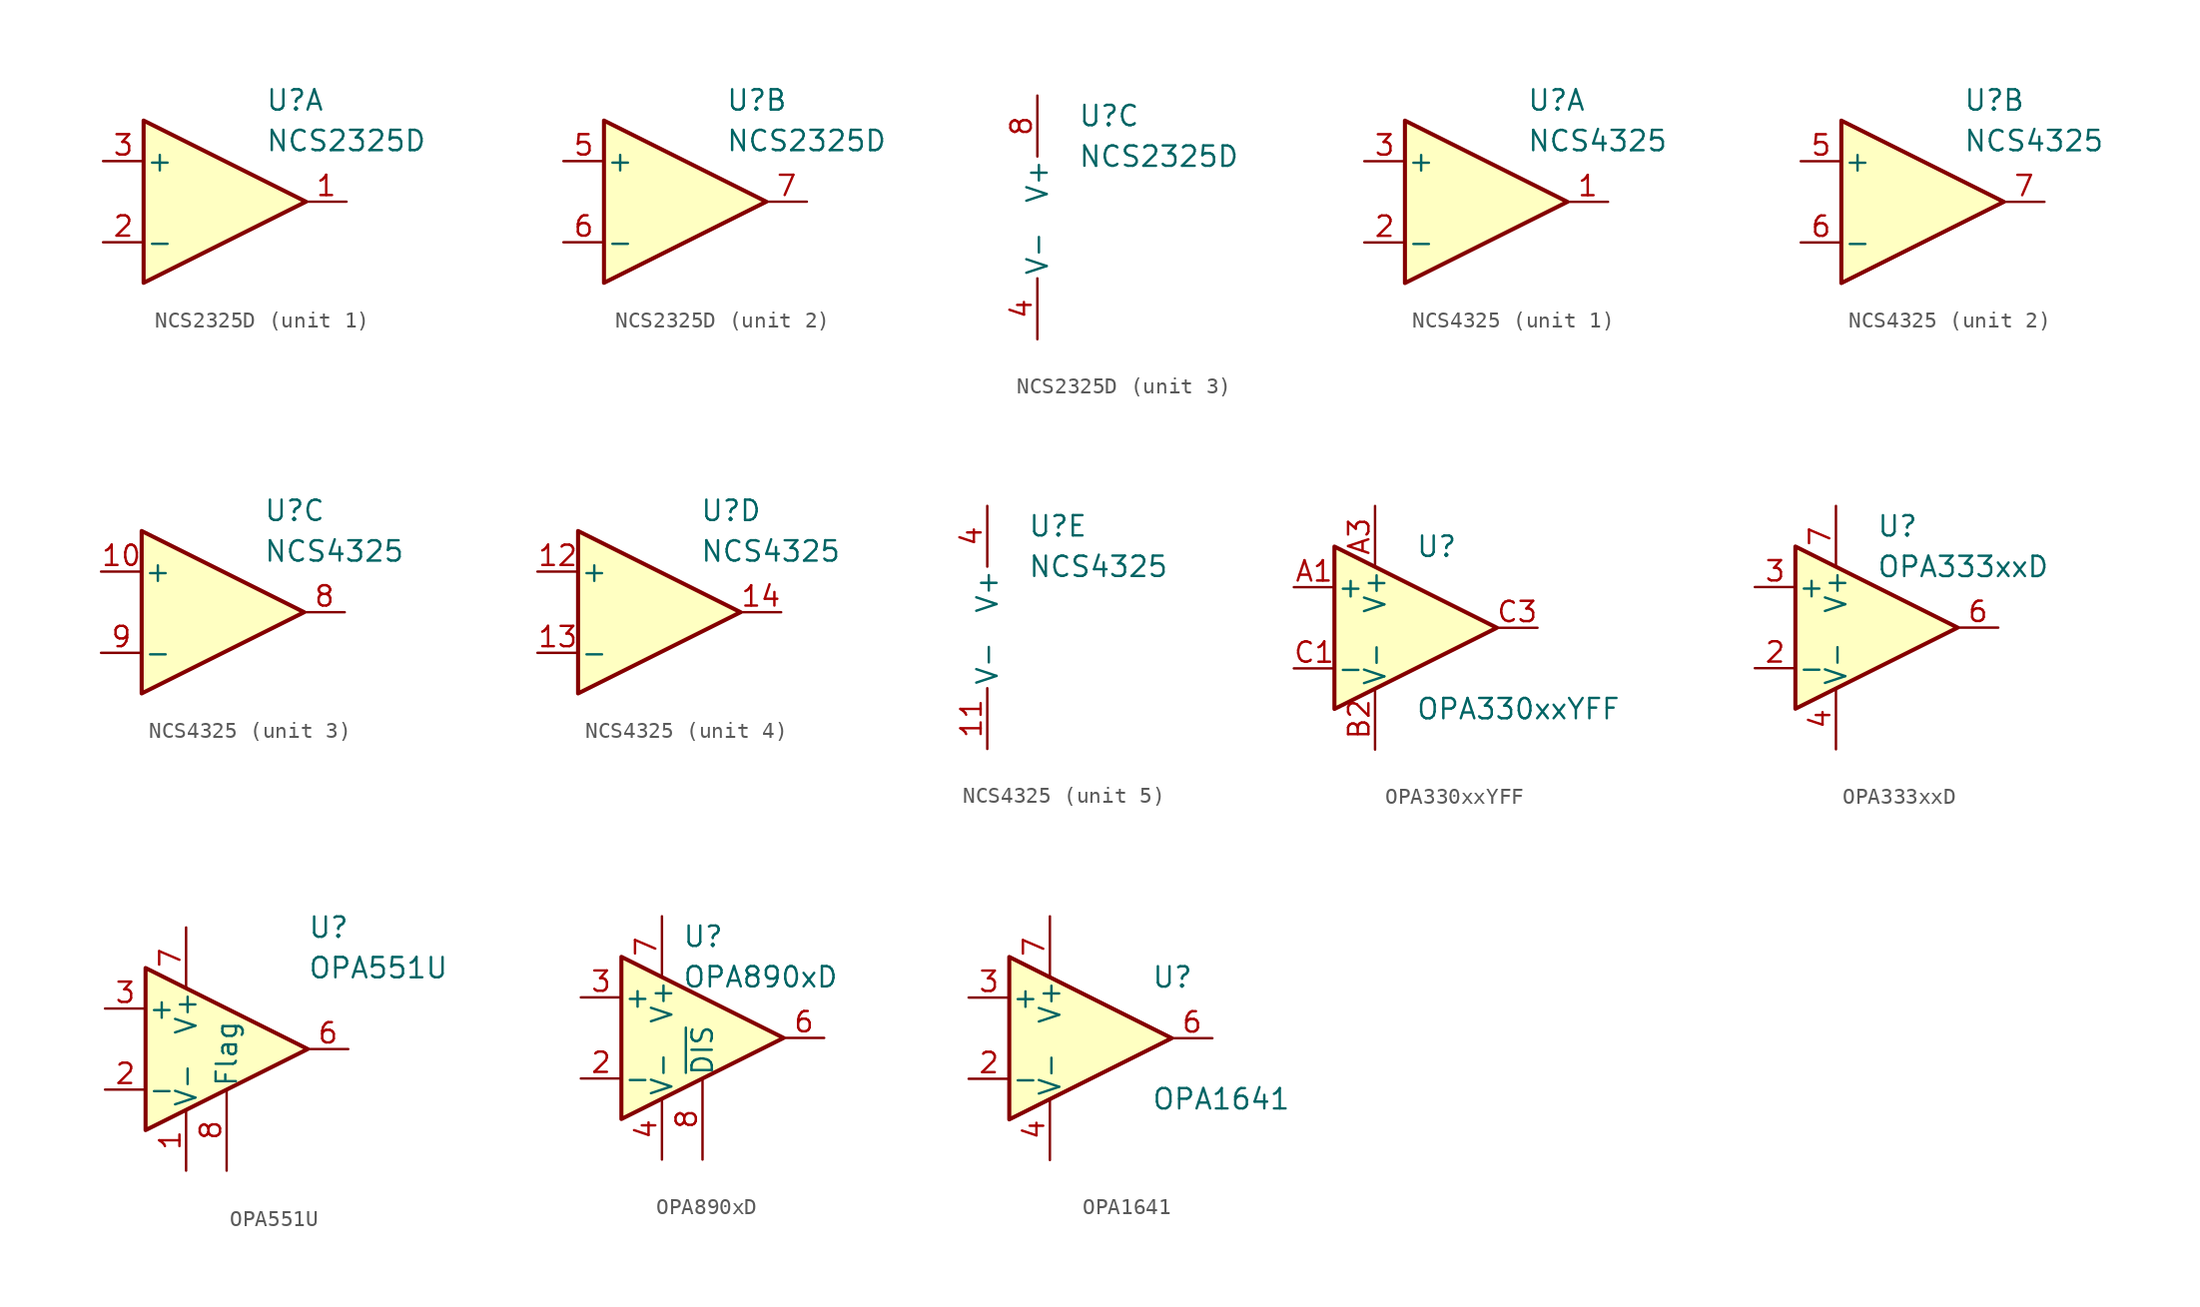
<source format=kicad_sym>
(kicad_symbol_lib
  (version 20201005)
  (generator kicad_symbol_editor)
  (symbol "NCS2325D"
    (pin_names
      (offset 0.127))
    (property "Reference" "U"
      (at 2.54 6.35 0)
      (effects (font (size 1.27 1.27)) (justify left)))
    (property "Value" "NCS2325D"
      (at 2.54 3.81 0)
      (effects (font (size 1.27 1.27)) (justify left)))
    (property "ki_locked" ""
      (at 0 0 0)
      (effects (font (size 1.27 1.27))))
    (symbol "NCS2325D_1_1"
      (polyline (pts (xy 5.08 0) (xy -5.08 5.08) (xy -5.08 -5.08) (xy 5.08 0)) (stroke (width 0.254)) (fill (type background)))
      (pin output line (at 7.62 0 180) (length 2.54) (name "~" (effects (font (size 1.27 1.27)))) (number "1" (effects (font (size 1.27 1.27)))))
      (pin input line (at -7.62 -2.54 0) (length 2.54) (name "-" (effects (font (size 1.27 1.27)))) (number "2" (effects (font (size 1.27 1.27)))))
      (pin input line (at -7.62 2.54 0) (length 2.54) (name "+" (effects (font (size 1.27 1.27)))) (number "3" (effects (font (size 1.27 1.27))))))
    (symbol "NCS2325D_2_1"
      (polyline (pts (xy 5.08 0) (xy -5.08 5.08) (xy -5.08 -5.08) (xy 5.08 0)) (stroke (width 0.254)) (fill (type background)))
      (pin input line (at -7.62 2.54 0) (length 2.54) (name "+" (effects (font (size 1.27 1.27)))) (number "5" (effects (font (size 1.27 1.27)))))
      (pin input line (at -7.62 -2.54 0) (length 2.54) (name "-" (effects (font (size 1.27 1.27)))) (number "6" (effects (font (size 1.27 1.27)))))
      (pin output line (at 7.62 0 180) (length 2.54) (name "~" (effects (font (size 1.27 1.27)))) (number "7" (effects (font (size 1.27 1.27))))))
    (symbol "NCS2325D_3_1"
      (pin power_in line (at 0 -7.62 90) (length 3.81) (name "V-" (effects (font (size 1.27 1.27)))) (number "4" (effects (font (size 1.27 1.27)))))
      (pin power_in line (at 0 7.62 270) (length 3.81) (name "V+" (effects (font (size 1.27 1.27)))) (number "8" (effects (font (size 1.27 1.27)))))))
  (symbol "NCS4325"
    (pin_names
      (offset 0.127))
    (property "Reference" "U"
      (at 2.54 6.35 0)
      (effects (font (size 1.27 1.27)) (justify left)))
    (property "Value" "NCS4325"
      (at 2.54 3.81 0)
      (effects (font (size 1.27 1.27)) (justify left)))
    (property "ki_locked" ""
      (at 0 0 0)
      (effects (font (size 1.27 1.27))))
    (symbol "NCS4325_1_1"
      (polyline (pts (xy 5.08 0) (xy -5.08 5.08) (xy -5.08 -5.08) (xy 5.08 0)) (stroke (width 0.254)) (fill (type background)))
      (pin output line (at 7.62 0 180) (length 2.54) (name "~" (effects (font (size 1.27 1.27)))) (number "1" (effects (font (size 1.27 1.27)))))
      (pin input line (at -7.62 -2.54 0) (length 2.54) (name "-" (effects (font (size 1.27 1.27)))) (number "2" (effects (font (size 1.27 1.27)))))
      (pin input line (at -7.62 2.54 0) (length 2.54) (name "+" (effects (font (size 1.27 1.27)))) (number "3" (effects (font (size 1.27 1.27))))))
    (symbol "NCS4325_2_1"
      (polyline (pts (xy -5.08 5.08) (xy -5.08 -5.08) (xy 5.08 0) (xy -5.08 5.08)) (stroke (width 0.254)) (fill (type background)))
      (pin input line (at -7.62 2.54 0) (length 2.54) (name "+" (effects (font (size 1.27 1.27)))) (number "5" (effects (font (size 1.27 1.27)))))
      (pin input line (at -7.62 -2.54 0) (length 2.54) (name "-" (effects (font (size 1.27 1.27)))) (number "6" (effects (font (size 1.27 1.27)))))
      (pin output line (at 7.62 0 180) (length 2.54) (name "~" (effects (font (size 1.27 1.27)))) (number "7" (effects (font (size 1.27 1.27))))))
    (symbol "NCS4325_3_1"
      (polyline (pts (xy 5.08 0) (xy -5.08 5.08) (xy -5.08 -5.08) (xy 5.08 0)) (stroke (width 0.254)) (fill (type background)))
      (pin input line (at -7.62 2.54 0) (length 2.54) (name "+" (effects (font (size 1.27 1.27)))) (number "10" (effects (font (size 1.27 1.27)))))
      (pin output line (at 7.62 0 180) (length 2.54) (name "~" (effects (font (size 1.27 1.27)))) (number "8" (effects (font (size 1.27 1.27)))))
      (pin input line (at -7.62 -2.54 0) (length 2.54) (name "-" (effects (font (size 1.27 1.27)))) (number "9" (effects (font (size 1.27 1.27))))))
    (symbol "NCS4325_4_1"
      (polyline (pts (xy -5.08 5.08) (xy 5.08 0) (xy -5.08 -5.08) (xy -5.08 5.08)) (stroke (width 0.254)) (fill (type background)))
      (pin input line (at -7.62 2.54 0) (length 2.54) (name "+" (effects (font (size 1.27 1.27)))) (number "12" (effects (font (size 1.27 1.27)))))
      (pin input line (at -7.62 -2.54 0) (length 2.54) (name "-" (effects (font (size 1.27 1.27)))) (number "13" (effects (font (size 1.27 1.27)))))
      (pin output line (at 7.62 0 180) (length 2.54) (name "~" (effects (font (size 1.27 1.27)))) (number "14" (effects (font (size 1.27 1.27))))))
    (symbol "NCS4325_5_1"
      (pin power_in line (at 0 -7.62 90) (length 3.81) (name "V-" (effects (font (size 1.27 1.27)))) (number "11" (effects (font (size 1.27 1.27)))))
      (pin power_in line (at 0 7.62 270) (length 3.81) (name "V+" (effects (font (size 1.27 1.27)))) (number "4" (effects (font (size 1.27 1.27)))))))
  (symbol "OPA330xxYFF"
    (pin_names
      (offset 0.127))
    (property "Reference" "U"
      (at 0 5.08 0)
      (effects (font (size 1.27 1.27)) (justify left)))
    (property "Value" "OPA330xxYFF"
      (at 0 -5.08 0)
      (effects (font (size 1.27 1.27)) (justify left)))
    (symbol "OPA330xxYFF_0_1"
      (polyline (pts (xy -5.08 5.08) (xy 5.08 0) (xy -5.08 -5.08) (xy -5.08 5.08)) (stroke (width 0.254)) (fill (type background)))
      (pin power_in line (at -2.54 7.62 270) (length 3.81) (name "V+" (effects (font (size 1.27 1.27)))) (number "A3" (effects (font (size 1.27 1.27)))))
      (pin power_in line (at -2.54 -7.62 90) (length 3.81) (name "V-" (effects (font (size 1.27 1.27)))) (number "B2" (effects (font (size 1.27 1.27))))))
    (symbol "OPA330xxYFF_1_1"
      (pin input line (at -7.62 2.54 0) (length 2.54) (name "+" (effects (font (size 1.27 1.27)))) (number "A1" (effects (font (size 1.27 1.27)))))
      (pin input line (at -7.62 -2.54 0) (length 2.54) (name "-" (effects (font (size 1.27 1.27)))) (number "C1" (effects (font (size 1.27 1.27)))))
      (pin output line (at 7.62 0 180) (length 2.54) (name "~" (effects (font (size 1.27 1.27)))) (number "C3" (effects (font (size 1.27 1.27)))))))
  (symbol "OPA333xxD"
    (pin_names
      (offset 0.127))
    (property "Reference" "U"
      (at 0 6.35 0)
      (effects (font (size 1.27 1.27)) (justify left)))
    (property "Value" "OPA333xxD"
      (at 0 3.81 0)
      (effects (font (size 1.27 1.27)) (justify left)))
    (symbol "OPA333xxD_0_1"
      (polyline (pts (xy -5.08 5.08) (xy 5.08 0) (xy -5.08 -5.08) (xy -5.08 5.08)) (stroke (width 0.254)) (fill (type background))))
    (symbol "OPA333xxD_1_1"
      (pin no_connect line (at -2.54 2.54 270) (length 2.54) hide (name "NC" (effects (font (size 1.27 1.27)))) (number "1" (effects (font (size 1.27 1.27)))))
      (pin input line (at -7.62 -2.54 0) (length 2.54) (name "-" (effects (font (size 1.27 1.27)))) (number "2" (effects (font (size 1.27 1.27)))))
      (pin input line (at -7.62 2.54 0) (length 2.54) (name "+" (effects (font (size 1.27 1.27)))) (number "3" (effects (font (size 1.27 1.27)))))
      (pin power_in line (at -2.54 -7.62 90) (length 3.81) (name "V-" (effects (font (size 1.27 1.27)))) (number "4" (effects (font (size 1.27 1.27)))))
      (pin no_connect line (at 0 2.54 270) (length 2.54) hide (name "NC" (effects (font (size 1.27 1.27)))) (number "5" (effects (font (size 1.27 1.27)))))
      (pin output line (at 7.62 0 180) (length 2.54) (name "~" (effects (font (size 1.27 1.27)))) (number "6" (effects (font (size 1.27 1.27)))))
      (pin power_in line (at -2.54 7.62 270) (length 3.81) (name "V+" (effects (font (size 1.27 1.27)))) (number "7" (effects (font (size 1.27 1.27)))))
      (pin no_connect line (at 0 -2.54 90) (length 2.54) hide (name "NC" (effects (font (size 1.27 1.27)))) (number "8" (effects (font (size 1.27 1.27)))))))
  (symbol "OPA551U"
    (pin_names
      (offset 0.127))
    (property "Reference" "U"
      (at 5.08 7.62 0)
      (effects (font (size 1.27 1.27)) (justify left)))
    (property "Value" "OPA551U"
      (at 5.08 5.08 0)
      (effects (font (size 1.27 1.27)) (justify left)))
    (symbol "OPA551U_1_1"
      (polyline (pts (xy -5.08 5.08) (xy 5.08 0) (xy -5.08 -5.08) (xy -5.08 5.08)) (stroke (width 0.254)) (fill (type background)))
      (pin power_in line (at -2.54 -7.62 90) (length 3.81) (name "V-" (effects (font (size 1.27 1.27)))) (number "1" (effects (font (size 1.27 1.27)))))
      (pin input line (at -7.62 -2.54 0) (length 2.54) (name "-" (effects (font (size 1.27 1.27)))) (number "2" (effects (font (size 1.27 1.27)))))
      (pin input line (at -7.62 2.54 0) (length 2.54) (name "+" (effects (font (size 1.27 1.27)))) (number "3" (effects (font (size 1.27 1.27)))))
      (pin power_in line (at -2.54 -7.62 90) (length 3.81) hide (name "V-" (effects (font (size 1.27 1.27)))) (number "4" (effects (font (size 1.27 1.27)))))
      (pin power_in line (at -2.54 -7.62 90) (length 3.81) hide (name "V-" (effects (font (size 1.27 1.27)))) (number "5" (effects (font (size 1.27 1.27)))))
      (pin output line (at 7.62 0 180) (length 2.54) (name "~" (effects (font (size 1.27 1.27)))) (number "6" (effects (font (size 1.27 1.27)))))
      (pin power_in line (at -2.54 7.62 270) (length 3.81) (name "V+" (effects (font (size 1.27 1.27)))) (number "7" (effects (font (size 1.27 1.27)))))
      (pin output line (at 0 -7.62 90) (length 5.08) (name "Flag" (effects (font (size 1.27 1.27)))) (number "8" (effects (font (size 1.27 1.27)))))))
  (symbol "OPA890xD"
    (pin_names
      (offset 0.127))
    (property "Reference" "U"
      (at -1.27 6.35 0)
      (effects (font (size 1.27 1.27)) (justify left)))
    (property "Value" "OPA890xD"
      (at -1.27 3.81 0)
      (effects (font (size 1.27 1.27)) (justify left)))
    (symbol "OPA890xD_0_1"
      (polyline (pts (xy -5.08 5.08) (xy 5.08 0) (xy -5.08 -5.08) (xy -5.08 5.08)) (stroke (width 0.254)) (fill (type background)))
      (pin power_in line (at -2.54 -7.62 90) (length 3.81) (name "V-" (effects (font (size 1.27 1.27)))) (number "4" (effects (font (size 1.27 1.27)))))
      (pin power_in line (at -2.54 7.62 270) (length 3.81) (name "V+" (effects (font (size 1.27 1.27)))) (number "7" (effects (font (size 1.27 1.27))))))
    (symbol "OPA890xD_1_1"
      (pin no_connect line (at -5.08 5.08 270) (length 2.54) hide (name "NC" (effects (font (size 1.27 1.27)))) (number "1" (effects (font (size 1.27 1.27)))))
      (pin input line (at -7.62 -2.54 0) (length 2.54) (name "-" (effects (font (size 1.27 1.27)))) (number "2" (effects (font (size 1.27 1.27)))))
      (pin input line (at -7.62 2.54 0) (length 2.54) (name "+" (effects (font (size 1.27 1.27)))) (number "3" (effects (font (size 1.27 1.27)))))
      (pin no_connect line (at -5.08 -5.08 90) (length 3.81) hide (name "NC" (effects (font (size 1.27 1.27)))) (number "5" (effects (font (size 1.27 1.27)))))
      (pin output line (at 7.62 0 180) (length 2.54) (name "~" (effects (font (size 1.27 1.27)))) (number "6" (effects (font (size 1.27 1.27)))))
      (pin input line (at 0 -7.62 90) (length 5.08) (name "~DIS" (effects (font (size 1.27 1.27)))) (number "8" (effects (font (size 1.27 1.27)))))))
  (symbol "OPA1641"
    (pin_names
      (offset 0.127))
    (property "Reference" "U"
      (at 3.81 3.81 0)
      (effects (font (size 1.27 1.27)) (justify left)))
    (property "Value" "OPA1641"
      (at 3.81 -3.81 0)
      (effects (font (size 1.27 1.27)) (justify left)))
    (symbol "OPA1641_0_1"
      (polyline (pts (xy 5.08 0) (xy -5.08 5.08) (xy -5.08 -5.08) (xy 5.08 0)) (stroke (width 0.254)) (fill (type background))))
    (symbol "OPA1641_1_1"
      (pin no_connect line (at -2.54 -2.54 90) (length 2.54) hide (name "NC" (effects (font (size 1.27 1.27)))) (number "1" (effects (font (size 1.27 1.27)))))
      (pin input line (at -7.62 -2.54 0) (length 2.54) (name "-" (effects (font (size 1.27 1.27)))) (number "2" (effects (font (size 1.27 1.27)))))
      (pin input line (at -7.62 2.54 0) (length 2.54) (name "+" (effects (font (size 1.27 1.27)))) (number "3" (effects (font (size 1.27 1.27)))))
      (pin power_in line (at -2.54 -7.62 90) (length 3.81) (name "V-" (effects (font (size 1.27 1.27)))) (number "4" (effects (font (size 1.27 1.27)))))
      (pin no_connect line (at 0 -2.54 90) (length 2.54) hide (name "NC" (effects (font (size 1.27 1.27)))) (number "5" (effects (font (size 1.27 1.27)))))
      (pin output line (at 7.62 0 180) (length 2.54) (name "~" (effects (font (size 1.27 1.27)))) (number "6" (effects (font (size 1.27 1.27)))))
      (pin power_in line (at -2.54 7.62 270) (length 3.81) (name "V+" (effects (font (size 1.27 1.27)))) (number "7" (effects (font (size 1.27 1.27)))))
      (pin no_connect line (at -5.08 -2.54 90) (length 2.54) hide (name "NC" (effects (font (size 1.27 1.27)))) (number "8" (effects (font (size 1.27 1.27))))))))
</source>
